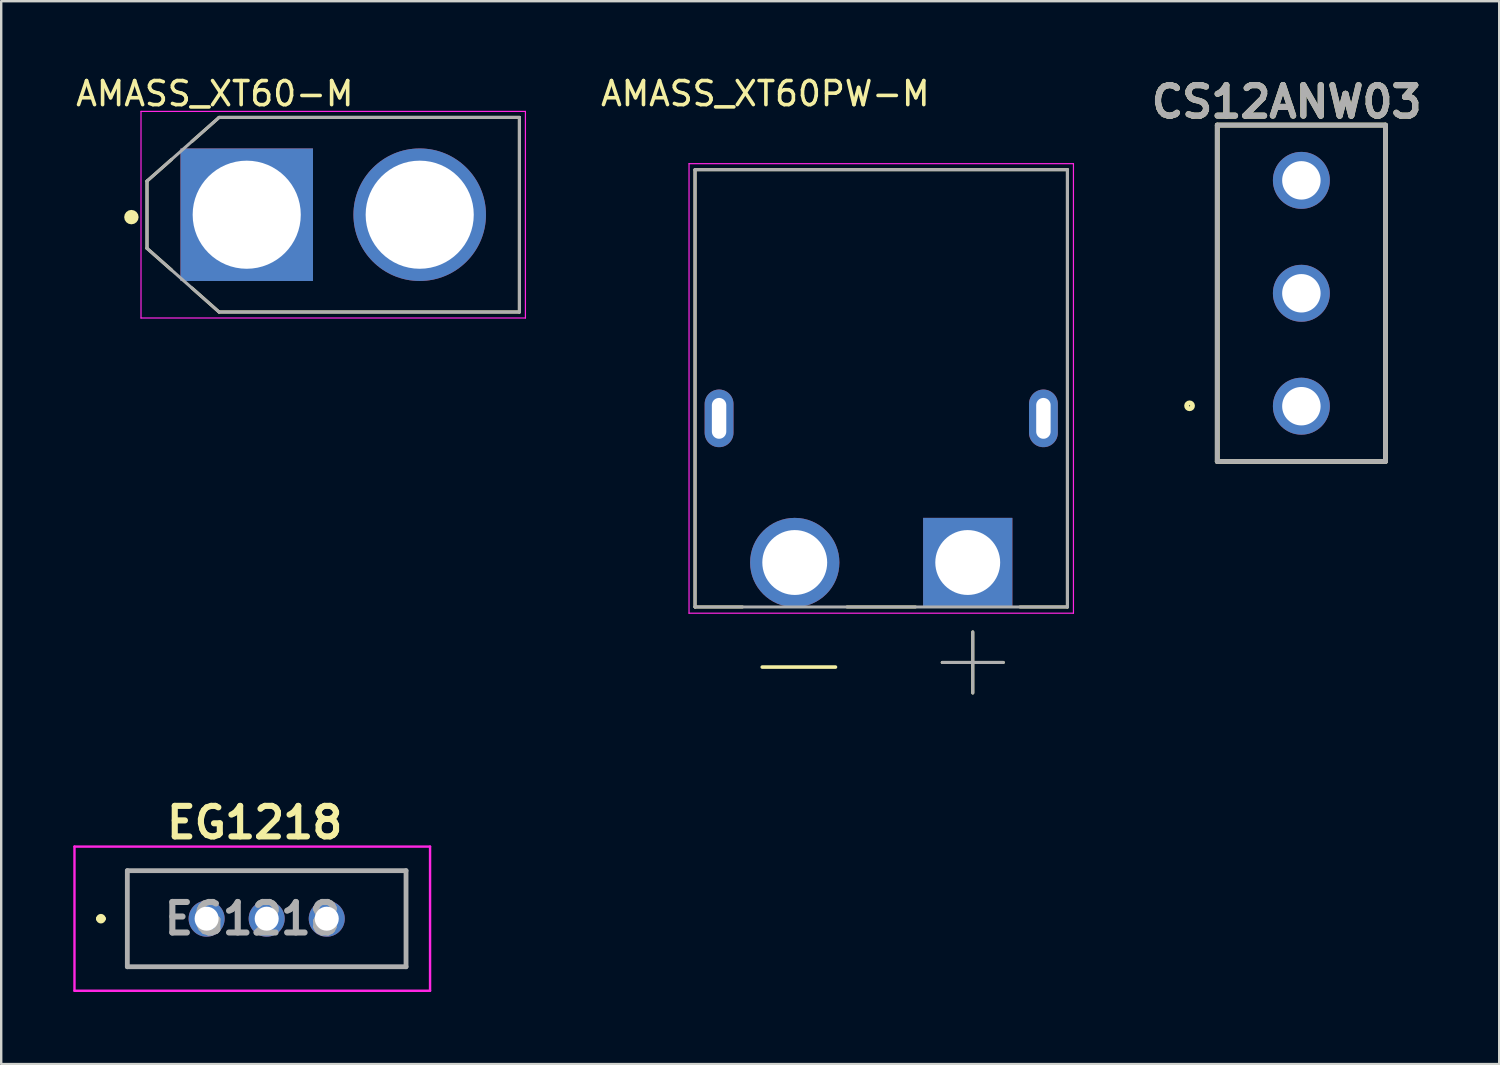
<source format=kicad_pcb>
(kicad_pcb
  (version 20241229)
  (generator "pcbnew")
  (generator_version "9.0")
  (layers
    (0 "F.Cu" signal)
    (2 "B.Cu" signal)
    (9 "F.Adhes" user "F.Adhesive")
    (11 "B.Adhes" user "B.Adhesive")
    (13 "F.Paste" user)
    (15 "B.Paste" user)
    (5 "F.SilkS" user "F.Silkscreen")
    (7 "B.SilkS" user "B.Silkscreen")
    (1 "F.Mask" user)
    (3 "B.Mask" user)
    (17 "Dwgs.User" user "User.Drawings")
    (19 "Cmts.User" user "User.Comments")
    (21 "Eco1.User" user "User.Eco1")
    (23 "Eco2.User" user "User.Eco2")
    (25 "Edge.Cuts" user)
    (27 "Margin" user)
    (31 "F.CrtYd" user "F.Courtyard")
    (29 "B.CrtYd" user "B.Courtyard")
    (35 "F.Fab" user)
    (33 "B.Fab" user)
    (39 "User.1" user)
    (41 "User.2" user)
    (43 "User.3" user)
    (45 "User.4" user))
  (footprint "EG1218"
    (layer "F.Cu")
    (at 5.55 35.188)
    (property "Reference" "EG1218" (at 2 -4 0) (layer "F.SilkS") (effects (font (size 1.27 1.27) (thickness 0.254))))
    (attr through_hole)
    (fp_line (start -4.5 0) (end -4.5 0) (stroke (width 0.2) (type solid)) (layer "F.SilkS"))
    (fp_line (start -4.3 0) (end -4.3 0) (stroke (width 0.2) (type solid)) (layer "F.SilkS"))
    (fp_line (start -3.3 -2) (end 8.3 -2) (stroke (width 0.1) (type solid)) (layer "F.SilkS"))
    (fp_line (start -3.3 2) (end -3.3 -2) (stroke (width 0.1) (type solid)) (layer "F.SilkS"))
    (fp_line (start 8.3 -2) (end 8.3 2) (stroke (width 0.1) (type solid)) (layer "F.SilkS"))
    (fp_line (start 8.3 2) (end -3.3 2) (stroke (width 0.1) (type solid)) (layer "F.SilkS"))
    (fp_arc (start -4.5 0) (mid -4.4 -0.1) (end -4.3 0) (stroke (width 0.2) (type solid)) (layer "F.SilkS"))
    (fp_arc (start -4.3 0) (mid -4.4 0.1) (end -4.5 0) (stroke (width 0.2) (type solid)) (layer "F.SilkS"))
    (fp_line (start -5.5 -3) (end 9.3 -3) (stroke (width 0.1) (type solid)) (layer "F.CrtYd"))
    (fp_line (start -5.5 3) (end -5.5 -3) (stroke (width 0.1) (type solid)) (layer "F.CrtYd"))
    (fp_line (start 9.3 -3) (end 9.3 3) (stroke (width 0.1) (type solid)) (layer "F.CrtYd"))
    (fp_line (start 9.3 3) (end -5.5 3) (stroke (width 0.1) (type solid)) (layer "F.CrtYd"))
    (fp_line (start -3.3 -2) (end 8.3 -2) (stroke (width 0.2) (type solid)) (layer "F.Fab"))
    (fp_line (start -3.3 2) (end -3.3 -2) (stroke (width 0.2) (type solid)) (layer "F.Fab"))
    (fp_line (start 8.3 -2) (end 8.3 2) (stroke (width 0.2) (type solid)) (layer "F.Fab"))
    (fp_line (start 8.3 2) (end -3.3 2) (stroke (width 0.2) (type solid)) (layer "F.Fab"))
    (fp_text user "${REFERENCE}" (at 1.9 0 0) (layer "F.Fab") (effects (font (size 1.27 1.27) (thickness 0.254))))
    (pad "1" thru_hole circle (at 0 0) (size 1.5 1.5) (drill 1) (layers "*.Cu" "*.Mask"))
    (pad "2" thru_hole circle (at 2.5 0) (size 1.5 1.5) (drill 1) (layers "*.Cu" "*.Mask"))
    (pad "3" thru_hole circle (at 5 0) (size 1.5 1.5) (drill 1) (layers "*.Cu" "*.Mask")))
  (footprint "AMASS_XT60-M"
    (layer "F.Cu")
    (at 10.819 5.887)
    (property "Reference" "AMASS_XT60-M" (at -4.928 -5.038 0) (layer "F.SilkS") (effects (font (size 1.001 1.001) (thickness 0.15))))
    (attr through_hole)
    (fp_line (start -7.75 -1.4) (end -6.73 -2.3) (stroke (width 0.127) (type solid)) (layer "F.SilkS"))
    (fp_line (start -7.75 1.4) (end -7.75 -1.4) (stroke (width 0.127) (type solid)) (layer "F.SilkS"))
    (fp_line (start -7.75 1.4) (end -6.73 2.3) (stroke (width 0.127) (type solid)) (layer "F.SilkS"))
    (fp_line (start -4.75 -4.05) (end -5.88 -3.05) (stroke (width 0.127) (type solid)) (layer "F.SilkS"))
    (fp_line (start -4.75 -4.05) (end 7.75 -4.05) (stroke (width 0.127) (type solid)) (layer "F.SilkS"))
    (fp_line (start -4.75 4.05) (end -5.88 3.05) (stroke (width 0.127) (type solid)) (layer "F.SilkS"))
    (fp_line (start 7.75 -4.05) (end 7.75 4.05) (stroke (width 0.127) (type solid)) (layer "F.SilkS"))
    (fp_line (start 7.75 4.05) (end -4.75 4.05) (stroke (width 0.127) (type solid)) (layer "F.SilkS"))
    (fp_circle (center -8.4 0.1) (end -8.25 0.1) (stroke (width 0.3) (type solid)) (fill no) (layer "F.SilkS"))
    (fp_line (start -8 -4.3) (end 8 -4.3) (stroke (width 0.05) (type solid)) (layer "F.CrtYd"))
    (fp_line (start -8 4.3) (end -8 -4.3) (stroke (width 0.05) (type solid)) (layer "F.CrtYd"))
    (fp_line (start 8 -4.3) (end 8 4.3) (stroke (width 0.05) (type solid)) (layer "F.CrtYd"))
    (fp_line (start 8 4.3) (end -8 4.3) (stroke (width 0.05) (type solid)) (layer "F.CrtYd"))
    (fp_line (start -7.75 1.4) (end -7.75 -1.4) (stroke (width 0.127) (type solid)) (layer "F.Fab"))
    (fp_line (start -4.75 -4.05) (end -7.75 -1.4) (stroke (width 0.127) (type solid)) (layer "F.Fab"))
    (fp_line (start -4.75 -4.05) (end 7.75 -4.05) (stroke (width 0.127) (type solid)) (layer "F.Fab"))
    (fp_line (start -4.75 4.05) (end -7.75 1.4) (stroke (width 0.127) (type solid)) (layer "F.Fab"))
    (fp_line (start 7.75 -4.05) (end 7.75 4.05) (stroke (width 0.127) (type solid)) (layer "F.Fab"))
    (fp_line (start 7.75 4.05) (end -4.75 4.05) (stroke (width 0.127) (type solid)) (layer "F.Fab"))
    (pad "1" thru_hole rect (at -3.6 0) (size 5.516 5.516) (drill 4.5) (layers "*.Cu" "*.Mask"))
    (pad "2" thru_hole circle (at 3.6 0) (size 5.516 5.516) (drill 4.5) (layers "*.Cu" "*.Mask")))
  (footprint "AMASS_XT60PW-M"
    (layer "F.Cu")
    (at 33.629 14.363)
    (property "Reference" "AMASS_XT60PW-M" (at -4.824 -13.515 0) (layer "F.SilkS") (effects (font (size 1 1) (thickness 0.15))))
    (attr through_hole)
    (fp_line (start -7.75 -10.35) (end -7.75 7.85) (stroke (width 0.127) (type solid)) (layer "F.SilkS"))
    (fp_line (start -7.75 7.85) (end -5.778 7.85) (stroke (width 0.127) (type solid)) (layer "F.SilkS"))
    (fp_line (start -1.422 7.85) (end 1.422 7.85) (stroke (width 0.127) (type solid)) (layer "F.SilkS"))
    (fp_line (start 2.54 10.16) (end 3.81 10.16) (stroke (width 0.127) (type solid)) (layer "F.SilkS"))
    (fp_line (start 3.81 10.16) (end 3.81 8.89) (stroke (width 0.127) (type solid)) (layer "F.SilkS"))
    (fp_line (start 3.81 10.16) (end 3.81 11.43) (stroke (width 0.127) (type solid)) (layer "F.SilkS"))
    (fp_line (start 5.08 10.16) (end 3.81 10.16) (stroke (width 0.127) (type solid)) (layer "F.SilkS"))
    (fp_line (start 7.75 -10.35) (end -7.75 -10.35) (stroke (width 0.127) (type solid)) (layer "F.SilkS"))
    (fp_line (start 7.75 7.85) (end 5.778 7.85) (stroke (width 0.127) (type solid)) (layer "F.SilkS"))
    (fp_line (start 7.75 7.85) (end 7.75 -10.35) (stroke (width 0.127) (type solid)) (layer "F.SilkS"))
    (fp_line (start -8 -10.6) (end -8 8.11) (stroke (width 0.05) (type solid)) (layer "F.CrtYd"))
    (fp_line (start -8 8.11) (end 8 8.11) (stroke (width 0.05) (type solid)) (layer "F.CrtYd"))
    (fp_line (start 8 -10.6) (end -8 -10.6) (stroke (width 0.05) (type solid)) (layer "F.CrtYd"))
    (fp_line (start 8 8.11) (end 8 -10.6) (stroke (width 0.05) (type solid)) (layer "F.CrtYd"))
    (fp_line (start -7.75 -10.35) (end -7.75 7.85) (stroke (width 0.127) (type solid)) (layer "F.Fab"))
    (fp_line (start -7.75 7.85) (end 7.75 7.85) (stroke (width 0.127) (type solid)) (layer "F.Fab"))
    (fp_line (start 2.54 10.16) (end 3.81 10.16) (stroke (width 0.127) (type solid)) (layer "F.Fab"))
    (fp_line (start 3.81 10.16) (end 3.81 8.89) (stroke (width 0.127) (type solid)) (layer "F.Fab"))
    (fp_line (start 3.81 10.16) (end 3.81 11.43) (stroke (width 0.127) (type solid)) (layer "F.Fab"))
    (fp_line (start 5.08 10.16) (end 3.81 10.16) (stroke (width 0.127) (type solid)) (layer "F.Fab"))
    (fp_line (start 7.75 -10.35) (end -7.75 -10.35) (stroke (width 0.127) (type solid)) (layer "F.Fab"))
    (fp_line (start 7.75 7.85) (end 7.75 -10.35) (stroke (width 0.127) (type solid)) (layer "F.Fab"))
    (fp_text user "-" (at -3.429 10.033 0) (layer "F.SilkS") (effects (font (size 4 4) (thickness 0.15))))
    (pad "1" thru_hole rect (at 3.6 6) (size 3.716 3.716) (drill 2.7) (layers "*.Cu" "*.Mask"))
    (pad "2" thru_hole circle (at -3.6 6) (size 3.716 3.716) (drill 2.7) (layers "*.Cu" "*.Mask"))
    (pad "S1" thru_hole oval (at 6.75 0) (size 1.2 2.4) (drill oval 0.6 1.7) (layers "*.Cu" "*.Mask"))
    (pad "S2" thru_hole oval (at -6.75 0) (size 1.2 2.4) (drill oval 0.6 1.7) (layers "*.Cu" "*.Mask")))
  (footprint "CS12ANW03"
    (layer "F.Cu")
    (at 51.116 9.157)
    (property "Reference" "CS12ANW03" (at -0.614 -7.968 0) (layer "F.SilkS") (effects (font (size 1.27 1.27) (thickness 0.254))))
    (attr through_hole)
    (fp_line (start -3.5 -7) (end 3.5 -7) (stroke (width 0.2) (type solid)) (layer "F.SilkS"))
    (fp_line (start -3.5 7) (end -3.5 -7) (stroke (width 0.2) (type solid)) (layer "F.SilkS"))
    (fp_line (start 3.5 -7) (end 3.5 7) (stroke (width 0.2) (type solid)) (layer "F.SilkS"))
    (fp_line (start 3.5 7) (end -3.5 7) (stroke (width 0.2) (type solid)) (layer "F.SilkS"))
    (fp_circle (center -4.654 4.683) (end -4.654 4.806) (stroke (width 0.2) (type solid)) (fill no) (layer "F.SilkS"))
    (fp_line (start -3.5 -7) (end 3.5 -7) (stroke (width 0.2) (type solid)) (layer "F.Fab"))
    (fp_line (start -3.5 7) (end -3.5 -7) (stroke (width 0.2) (type solid)) (layer "F.Fab"))
    (fp_line (start 3.5 -7) (end 3.5 7) (stroke (width 0.2) (type solid)) (layer "F.Fab"))
    (fp_line (start 3.5 7) (end -3.5 7) (stroke (width 0.2) (type solid)) (layer "F.Fab"))
    (fp_text user "${REFERENCE}" (at -0.614 -7.968 0) (layer "F.Fab") (effects (font (size 1.27 1.27) (thickness 0.254))))
    (pad "1" thru_hole circle (at 0 4.7) (size 2.37 2.37) (drill 1.6) (layers "*.Cu" "*.Mask"))
    (pad "2" thru_hole circle (at 0 0) (size 2.37 2.37) (drill 1.6) (layers "*.Cu" "*.Mask"))
    (pad "3" thru_hole circle (at 0 -4.7) (size 2.37 2.37) (drill 1.6) (layers "*.Cu" "*.Mask")))
  (gr_rect
    (start -3 -3)
    (end 59.35 41.238)
    (stroke (width 0.1) (type default))
    (fill no)
    (layer "Edge.Cuts")))
</source>
